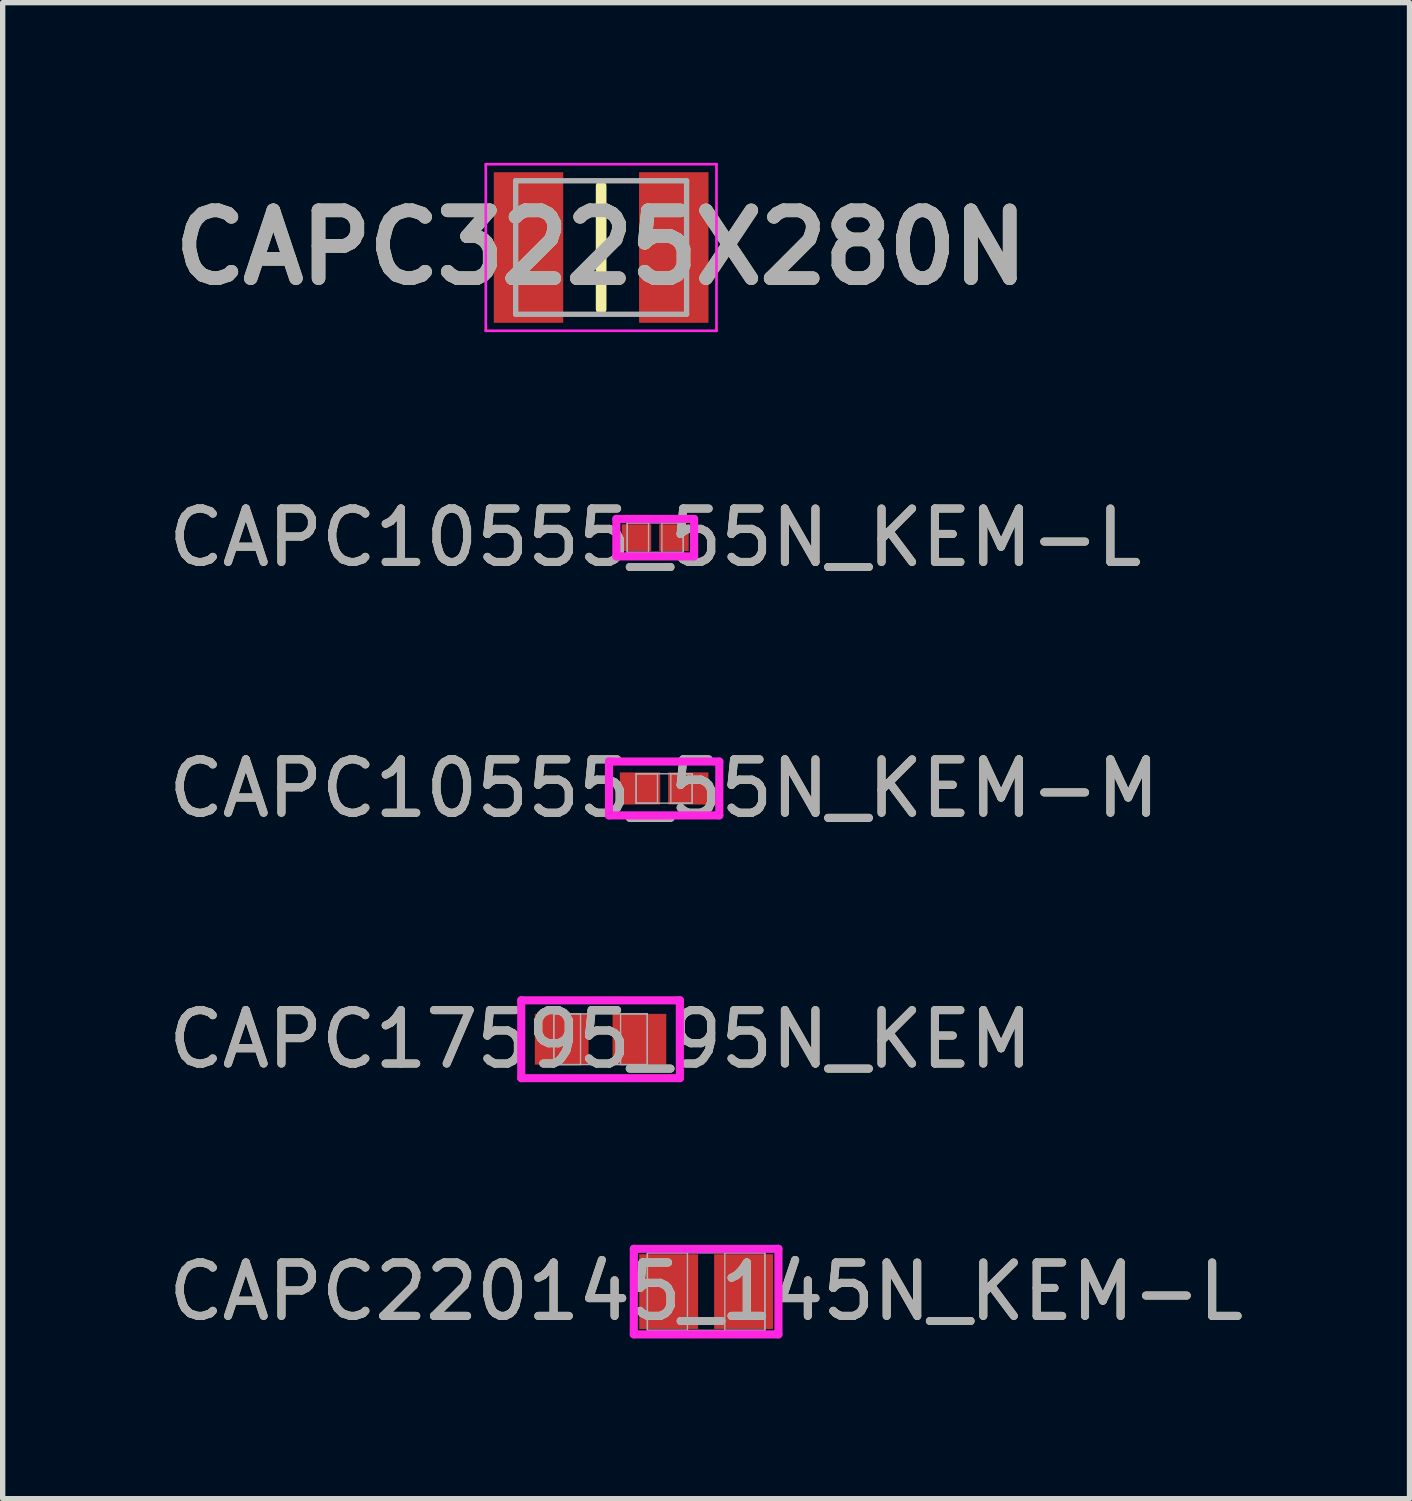
<source format=kicad_pcb>
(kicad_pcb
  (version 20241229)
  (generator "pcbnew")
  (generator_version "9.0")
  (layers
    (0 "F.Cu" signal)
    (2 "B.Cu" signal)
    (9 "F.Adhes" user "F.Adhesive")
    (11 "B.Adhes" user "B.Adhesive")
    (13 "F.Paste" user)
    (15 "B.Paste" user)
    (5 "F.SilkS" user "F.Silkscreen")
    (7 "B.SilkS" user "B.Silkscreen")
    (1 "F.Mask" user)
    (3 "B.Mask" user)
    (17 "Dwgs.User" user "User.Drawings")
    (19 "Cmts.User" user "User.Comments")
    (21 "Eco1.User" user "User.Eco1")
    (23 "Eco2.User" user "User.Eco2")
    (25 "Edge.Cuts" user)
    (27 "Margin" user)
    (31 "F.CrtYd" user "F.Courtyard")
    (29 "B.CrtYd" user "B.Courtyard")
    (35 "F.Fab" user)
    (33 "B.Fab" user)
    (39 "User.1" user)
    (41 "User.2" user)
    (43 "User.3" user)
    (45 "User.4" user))
  (footprint "CAPC220145_145N_KEM-L"
    (layer "F.Cu")
    (at 10.173 21.137)
    (property "Reference" "CAPC220145_145N_KEM-L" (at 0 0 0) (unlocked yes) (layer "F.SilkS") (effects (font (size 1 1) (thickness 0.15))))
    (attr smd)
    (fp_line (start -1.354 -0.801) (end 1.354 -0.801) (stroke (width 0.152) (type solid)) (layer "F.CrtYd"))
    (fp_line (start -1.354 0.801) (end -1.354 -0.801) (stroke (width 0.152) (type solid)) (layer "F.CrtYd"))
    (fp_line (start 1.354 -0.801) (end 1.354 0.801) (stroke (width 0.152) (type solid)) (layer "F.CrtYd"))
    (fp_line (start 1.354 0.801) (end -1.354 0.801) (stroke (width 0.152) (type solid)) (layer "F.CrtYd"))
    (fp_line (start -1.1 -0.725) (end -1.1 0.725) (stroke (width 0.025) (type solid)) (layer "F.Fab"))
    (fp_line (start -1.1 -0.725) (end -1.1 0.725) (stroke (width 0.025) (type solid)) (layer "F.Fab"))
    (fp_line (start -1.1 0.725) (end -0.35 0.725) (stroke (width 0.025) (type solid)) (layer "F.Fab"))
    (fp_line (start -1.1 0.725) (end 1.1 0.725) (stroke (width 0.025) (type solid)) (layer "F.Fab"))
    (fp_line (start -0.35 -0.725) (end -1.1 -0.725) (stroke (width 0.025) (type solid)) (layer "F.Fab"))
    (fp_line (start -0.35 0.725) (end -0.35 -0.725) (stroke (width 0.025) (type solid)) (layer "F.Fab"))
    (fp_line (start 0.35 -0.725) (end 0.35 0.725) (stroke (width 0.025) (type solid)) (layer "F.Fab"))
    (fp_line (start 0.35 0.725) (end 1.1 0.725) (stroke (width 0.025) (type solid)) (layer "F.Fab"))
    (fp_line (start 1.1 -0.725) (end -1.1 -0.725) (stroke (width 0.025) (type solid)) (layer "F.Fab"))
    (fp_line (start 1.1 -0.725) (end 0.35 -0.725) (stroke (width 0.025) (type solid)) (layer "F.Fab"))
    (fp_line (start 1.1 0.725) (end 1.1 -0.725) (stroke (width 0.025) (type solid)) (layer "F.Fab"))
    (fp_line (start 1.1 0.725) (end 1.1 -0.725) (stroke (width 0.025) (type solid)) (layer "F.Fab"))
    (fp_text user "${REFERENCE}" (at 0 0 0) (unlocked yes) (layer "F.Fab") (effects (font (size 1 1) (thickness 0.15))))
    (pad "1" smd rect (at -0.701 0) (size 1.102 1.399) (layers "F.Cu" "F.Mask" "F.Paste"))
    (pad "2" smd rect (at 0.701 0) (size 1.102 1.399) (layers "F.Cu" "F.Mask" "F.Paste"))
    (zone (net_name "") (layer "F.Cu") (hatch full 0.508) (connect_pads) (min_thickness 0.254) (filled_areas_thickness no) (keepout (tracks not_allowed) (vias not_allowed) (pads allowed) (copperpour not_allowed) (footprints allowed)) (placement (enabled no)) (fill) (polygon (pts (xy 10.073 20.463) (xy 10.272 20.463) (xy 10.272 21.811) (xy 10.073 21.811)))))
  (footprint "CAPC10555_55N_KEM-M"
    (layer "F.Cu")
    (at 9.387 11.715)
    (property "Reference" "CAPC10555_55N_KEM-M" (at 0 0 0) (unlocked yes) (layer "F.SilkS") (effects (font (size 1 1) (thickness 0.15))))
    (attr smd)
    (fp_line (start -1.033 -0.504) (end 1.033 -0.504) (stroke (width 0.152) (type solid)) (layer "F.CrtYd"))
    (fp_line (start -1.033 0.504) (end -1.033 -0.504) (stroke (width 0.152) (type solid)) (layer "F.CrtYd"))
    (fp_line (start 1.033 -0.504) (end 1.033 0.504) (stroke (width 0.152) (type solid)) (layer "F.CrtYd"))
    (fp_line (start 1.033 0.504) (end -1.033 0.504) (stroke (width 0.152) (type solid)) (layer "F.CrtYd"))
    (fp_line (start -0.525 -0.275) (end -0.525 0.275) (stroke (width 0.025) (type solid)) (layer "F.Fab"))
    (fp_line (start -0.525 -0.275) (end -0.525 0.275) (stroke (width 0.025) (type solid)) (layer "F.Fab"))
    (fp_line (start -0.525 0.275) (end -0.125 0.275) (stroke (width 0.025) (type solid)) (layer "F.Fab"))
    (fp_line (start -0.525 0.275) (end 0.525 0.275) (stroke (width 0.025) (type solid)) (layer "F.Fab"))
    (fp_line (start -0.125 -0.275) (end -0.525 -0.275) (stroke (width 0.025) (type solid)) (layer "F.Fab"))
    (fp_line (start -0.125 0.275) (end -0.125 -0.275) (stroke (width 0.025) (type solid)) (layer "F.Fab"))
    (fp_line (start 0.125 -0.275) (end 0.125 0.275) (stroke (width 0.025) (type solid)) (layer "F.Fab"))
    (fp_line (start 0.125 0.275) (end 0.525 0.275) (stroke (width 0.025) (type solid)) (layer "F.Fab"))
    (fp_line (start 0.525 -0.275) (end -0.525 -0.275) (stroke (width 0.025) (type solid)) (layer "F.Fab"))
    (fp_line (start 0.525 -0.275) (end 0.125 -0.275) (stroke (width 0.025) (type solid)) (layer "F.Fab"))
    (fp_line (start 0.525 0.275) (end 0.525 -0.275) (stroke (width 0.025) (type solid)) (layer "F.Fab"))
    (fp_line (start 0.525 0.275) (end 0.525 -0.275) (stroke (width 0.025) (type solid)) (layer "F.Fab"))
    (fp_text user "${REFERENCE}" (at 0 0 0) (unlocked yes) (layer "F.Fab") (effects (font (size 1 1) (thickness 0.15))))
    (pad "1" smd rect (at -0.452 0) (size 0.755 0.601) (layers "F.Cu" "F.Mask" "F.Paste"))
    (pad "2" smd rect (at 0.452 0) (size 0.755 0.601) (layers "F.Cu" "F.Mask" "F.Paste"))
    (zone (net_name "") (layer "F.Cu") (hatch full 0.508) (connect_pads) (min_thickness 0.254) (filled_areas_thickness no) (keepout (tracks not_allowed) (vias not_allowed) (pads allowed) (copperpour not_allowed) (footprints allowed)) (placement (enabled no)) (fill) (polygon (pts (xy 9.363 11.491) (xy 9.411 11.491) (xy 9.411 11.939) (xy 9.363 11.939)))))
  (footprint "CAPC3225X280N"
    (layer "F.Cu")
    (at 8.207 1.585)
    (property "Reference" "CAPC3225X280N" (at 0 0 0) (layer "F.SilkS") (effects (font (size 1.27 1.27) (thickness 0.254))))
    (attr smd)
    (fp_line (start 0 -1.15) (end 0 1.15) (stroke (width 0.2) (type solid)) (layer "F.SilkS"))
    (fp_line (start -2.16 -1.56) (end 2.16 -1.56) (stroke (width 0.05) (type solid)) (layer "F.CrtYd"))
    (fp_line (start -2.16 1.56) (end -2.16 -1.56) (stroke (width 0.05) (type solid)) (layer "F.CrtYd"))
    (fp_line (start 2.16 -1.56) (end 2.16 1.56) (stroke (width 0.05) (type solid)) (layer "F.CrtYd"))
    (fp_line (start 2.16 1.56) (end -2.16 1.56) (stroke (width 0.05) (type solid)) (layer "F.CrtYd"))
    (fp_line (start -1.6 -1.25) (end 1.6 -1.25) (stroke (width 0.1) (type solid)) (layer "F.Fab"))
    (fp_line (start -1.6 1.25) (end -1.6 -1.25) (stroke (width 0.1) (type solid)) (layer "F.Fab"))
    (fp_line (start 1.6 -1.25) (end 1.6 1.25) (stroke (width 0.1) (type solid)) (layer "F.Fab"))
    (fp_line (start 1.6 1.25) (end -1.6 1.25) (stroke (width 0.1) (type solid)) (layer "F.Fab"))
    (fp_text user "${REFERENCE}" (at 0 0 0) (layer "F.Fab") (effects (font (size 1.27 1.27) (thickness 0.254))))
    (pad "1" smd rect (at -1.36 0) (size 1.3 2.82) (layers "F.Cu" "F.Mask" "F.Paste"))
    (pad "2" smd rect (at 1.36 0) (size 1.3 2.82) (layers "F.Cu" "F.Mask" "F.Paste")))
  (footprint "CAPC10555_55N_KEM-L"
    (layer "F.Cu")
    (at 9.22 7.018)
    (property "Reference" "CAPC10555_55N_KEM-L" (at 0 0 0) (unlocked yes) (layer "F.SilkS") (effects (font (size 1 1) (thickness 0.15))))
    (attr smd)
    (fp_line (start -0.728 -0.351) (end 0.728 -0.351) (stroke (width 0.152) (type solid)) (layer "F.CrtYd"))
    (fp_line (start -0.728 0.351) (end -0.728 -0.351) (stroke (width 0.152) (type solid)) (layer "F.CrtYd"))
    (fp_line (start 0.728 -0.351) (end 0.728 0.351) (stroke (width 0.152) (type solid)) (layer "F.CrtYd"))
    (fp_line (start 0.728 0.351) (end -0.728 0.351) (stroke (width 0.152) (type solid)) (layer "F.CrtYd"))
    (fp_line (start -0.525 -0.275) (end -0.525 0.275) (stroke (width 0.025) (type solid)) (layer "F.Fab"))
    (fp_line (start -0.525 -0.275) (end -0.525 0.275) (stroke (width 0.025) (type solid)) (layer "F.Fab"))
    (fp_line (start -0.525 0.275) (end -0.125 0.275) (stroke (width 0.025) (type solid)) (layer "F.Fab"))
    (fp_line (start -0.525 0.275) (end 0.525 0.275) (stroke (width 0.025) (type solid)) (layer "F.Fab"))
    (fp_line (start -0.125 -0.275) (end -0.525 -0.275) (stroke (width 0.025) (type solid)) (layer "F.Fab"))
    (fp_line (start -0.125 0.275) (end -0.125 -0.275) (stroke (width 0.025) (type solid)) (layer "F.Fab"))
    (fp_line (start 0.125 -0.275) (end 0.125 0.275) (stroke (width 0.025) (type solid)) (layer "F.Fab"))
    (fp_line (start 0.125 0.275) (end 0.525 0.275) (stroke (width 0.025) (type solid)) (layer "F.Fab"))
    (fp_line (start 0.525 -0.275) (end -0.525 -0.275) (stroke (width 0.025) (type solid)) (layer "F.Fab"))
    (fp_line (start 0.525 -0.275) (end 0.125 -0.275) (stroke (width 0.025) (type solid)) (layer "F.Fab"))
    (fp_line (start 0.525 0.275) (end 0.525 -0.275) (stroke (width 0.025) (type solid)) (layer "F.Fab"))
    (fp_line (start 0.525 0.275) (end 0.525 -0.275) (stroke (width 0.025) (type solid)) (layer "F.Fab"))
    (fp_text user "${REFERENCE}" (at 0 0 0) (unlocked yes) (layer "F.Fab") (effects (font (size 1 1) (thickness 0.15))))
    (pad "1" smd rect (at -0.351 0) (size 0.552 0.499) (layers "F.Cu" "F.Mask" "F.Paste"))
    (pad "2" smd rect (at 0.351 0) (size 0.552 0.499) (layers "F.Cu" "F.Mask" "F.Paste"))
    (zone (net_name "") (layer "F.Cu") (hatch full 0.508) (connect_pads) (min_thickness 0.254) (filled_areas_thickness no) (keepout (tracks not_allowed) (vias not_allowed) (pads allowed) (copperpour not_allowed) (footprints allowed)) (placement (enabled no)) (fill) (polygon (pts (xy 9.196 6.794) (xy 9.244 6.794) (xy 9.244 7.242) (xy 9.196 7.242)))))
  (footprint "CAPC17595_95N_KEM"
    (layer "F.Cu")
    (at 8.196 16.411)
    (property "Reference" "CAPC17595_95N_KEM" (at 0 0 0) (unlocked yes) (layer "F.SilkS") (effects (font (size 1 1) (thickness 0.15))))
    (attr smd)
    (fp_line (start -1.485 -0.729) (end 1.485 -0.729) (stroke (width 0.152) (type solid)) (layer "F.CrtYd"))
    (fp_line (start -1.485 0.729) (end -1.485 -0.729) (stroke (width 0.152) (type solid)) (layer "F.CrtYd"))
    (fp_line (start 1.485 -0.729) (end 1.485 0.729) (stroke (width 0.152) (type solid)) (layer "F.CrtYd"))
    (fp_line (start 1.485 0.729) (end -1.485 0.729) (stroke (width 0.152) (type solid)) (layer "F.CrtYd"))
    (fp_line (start -0.875 -0.475) (end -0.875 0.475) (stroke (width 0.025) (type solid)) (layer "F.Fab"))
    (fp_line (start -0.875 -0.475) (end -0.875 0.475) (stroke (width 0.025) (type solid)) (layer "F.Fab"))
    (fp_line (start -0.875 0.475) (end -0.375 0.475) (stroke (width 0.025) (type solid)) (layer "F.Fab"))
    (fp_line (start -0.875 0.475) (end 0.875 0.475) (stroke (width 0.025) (type solid)) (layer "F.Fab"))
    (fp_line (start -0.375 -0.475) (end -0.875 -0.475) (stroke (width 0.025) (type solid)) (layer "F.Fab"))
    (fp_line (start -0.375 0.475) (end -0.375 -0.475) (stroke (width 0.025) (type solid)) (layer "F.Fab"))
    (fp_line (start 0.375 -0.475) (end 0.375 0.475) (stroke (width 0.025) (type solid)) (layer "F.Fab"))
    (fp_line (start 0.375 0.475) (end 0.875 0.475) (stroke (width 0.025) (type solid)) (layer "F.Fab"))
    (fp_line (start 0.875 -0.475) (end -0.875 -0.475) (stroke (width 0.025) (type solid)) (layer "F.Fab"))
    (fp_line (start 0.875 -0.475) (end 0.375 -0.475) (stroke (width 0.025) (type solid)) (layer "F.Fab"))
    (fp_line (start 0.875 0.475) (end 0.875 -0.475) (stroke (width 0.025) (type solid)) (layer "F.Fab"))
    (fp_line (start 0.875 0.475) (end 0.875 -0.475) (stroke (width 0.025) (type solid)) (layer "F.Fab"))
    (fp_text user "${REFERENCE}" (at 0 0 0) (unlocked yes) (layer "F.Fab") (effects (font (size 1 1) (thickness 0.15))))
    (pad "1" smd rect (at -0.728 0) (size 1.006 0.95) (layers "F.Cu" "F.Mask" "F.Paste"))
    (pad "2" smd rect (at 0.728 0) (size 1.006 0.95) (layers "F.Cu" "F.Mask" "F.Paste"))
    (zone (net_name "") (layer "F.Cu") (hatch full 0.508) (connect_pads) (min_thickness 0.254) (filled_areas_thickness no) (keepout (tracks not_allowed) (vias not_allowed) (pads allowed) (copperpour not_allowed) (footprints allowed)) (placement (enabled no)) (fill) (polygon (pts (xy 8.022 15.987) (xy 8.371 15.987) (xy 8.371 16.835) (xy 8.022 16.835)))))
  (gr_rect
    (start -3 -3)
    (end 23.345 25.014)
    (stroke (width 0.1) (type default))
    (fill no)
    (layer "Edge.Cuts")))
</source>
